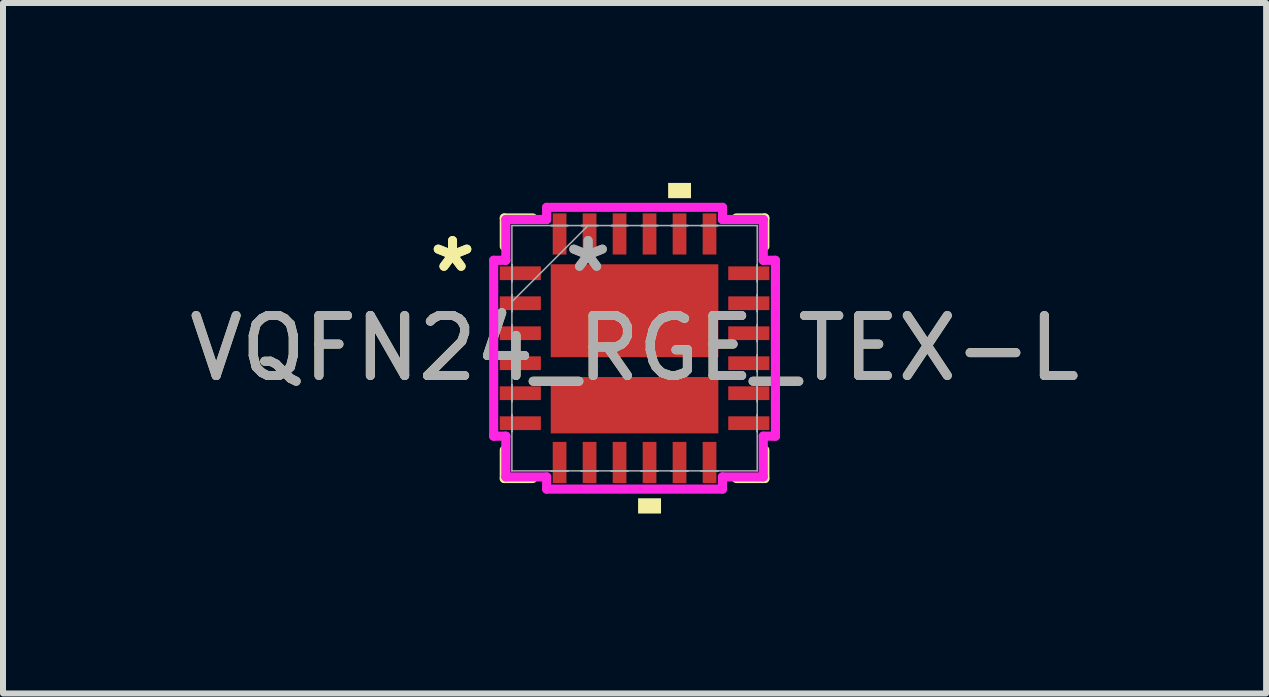
<source format=kicad_pcb>
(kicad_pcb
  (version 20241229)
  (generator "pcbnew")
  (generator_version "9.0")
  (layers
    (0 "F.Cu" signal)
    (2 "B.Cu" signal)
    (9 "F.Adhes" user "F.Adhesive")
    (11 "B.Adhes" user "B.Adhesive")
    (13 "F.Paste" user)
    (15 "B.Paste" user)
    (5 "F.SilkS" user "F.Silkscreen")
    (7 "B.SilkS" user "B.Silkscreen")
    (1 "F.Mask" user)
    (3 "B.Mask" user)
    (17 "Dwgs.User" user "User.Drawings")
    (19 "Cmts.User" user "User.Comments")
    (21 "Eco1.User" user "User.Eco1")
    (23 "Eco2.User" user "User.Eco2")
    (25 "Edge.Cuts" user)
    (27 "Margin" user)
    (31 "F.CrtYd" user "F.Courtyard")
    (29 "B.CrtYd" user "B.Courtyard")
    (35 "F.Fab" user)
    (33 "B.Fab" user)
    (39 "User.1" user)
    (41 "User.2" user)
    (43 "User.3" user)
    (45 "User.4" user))
  (footprint "VQFN24_RGE_TEX-L"
    (layer "F.Cu")
    (at 7.53 2.756)
    (property "Reference" "VQFN24_RGE_TEX-L" (at 0 0 0) (unlocked yes) (layer "F.SilkS") (effects (font (size 1 1) (thickness 0.15))))
    (attr smd)
    (fp_line (start -2.172 -2.172) (end -2.172 -1.697) (stroke (width 0.152) (type solid)) (layer "F.SilkS"))
    (fp_line (start -2.172 1.697) (end -2.172 2.172) (stroke (width 0.152) (type solid)) (layer "F.SilkS"))
    (fp_line (start -2.172 2.172) (end -1.697 2.172) (stroke (width 0.152) (type solid)) (layer "F.SilkS"))
    (fp_line (start -1.697 -2.172) (end -2.172 -2.172) (stroke (width 0.152) (type solid)) (layer "F.SilkS"))
    (fp_line (start 1.697 2.172) (end 2.172 2.172) (stroke (width 0.152) (type solid)) (layer "F.SilkS"))
    (fp_line (start 2.172 -2.172) (end 1.697 -2.172) (stroke (width 0.152) (type solid)) (layer "F.SilkS"))
    (fp_line (start 2.172 -1.697) (end 2.172 -2.172) (stroke (width 0.152) (type solid)) (layer "F.SilkS"))
    (fp_line (start 2.172 2.172) (end 2.172 1.697) (stroke (width 0.152) (type solid)) (layer "F.SilkS"))
    (fp_poly (pts (xy 0.059 2.502) (xy 0.059 2.756) (xy 0.441 2.756) (xy 0.441 2.502)) (stroke (width 0) (type solid)) (fill yes) (layer "F.SilkS"))
    (fp_poly (pts (xy 0.56 -2.502) (xy 0.56 -2.756) (xy 0.941 -2.756) (xy 0.941 -2.502)) (stroke (width 0) (type solid)) (fill yes) (layer "F.SilkS"))
    (fp_line (start -2.349 -1.466) (end -2.146 -1.466) (stroke (width 0.152) (type solid)) (layer "F.CrtYd"))
    (fp_line (start -2.349 1.466) (end -2.349 -1.466) (stroke (width 0.152) (type solid)) (layer "F.CrtYd"))
    (fp_line (start -2.146 -2.146) (end -1.466 -2.146) (stroke (width 0.152) (type solid)) (layer "F.CrtYd"))
    (fp_line (start -2.146 -1.466) (end -2.146 -2.146) (stroke (width 0.152) (type solid)) (layer "F.CrtYd"))
    (fp_line (start -2.146 1.466) (end -2.349 1.466) (stroke (width 0.152) (type solid)) (layer "F.CrtYd"))
    (fp_line (start -2.146 2.146) (end -2.146 1.466) (stroke (width 0.152) (type solid)) (layer "F.CrtYd"))
    (fp_line (start -1.466 -2.349) (end 1.466 -2.349) (stroke (width 0.152) (type solid)) (layer "F.CrtYd"))
    (fp_line (start -1.466 -2.146) (end -1.466 -2.349) (stroke (width 0.152) (type solid)) (layer "F.CrtYd"))
    (fp_line (start -1.466 2.146) (end -2.146 2.146) (stroke (width 0.152) (type solid)) (layer "F.CrtYd"))
    (fp_line (start -1.466 2.349) (end -1.466 2.146) (stroke (width 0.152) (type solid)) (layer "F.CrtYd"))
    (fp_line (start 1.466 -2.349) (end 1.466 -2.146) (stroke (width 0.152) (type solid)) (layer "F.CrtYd"))
    (fp_line (start 1.466 -2.146) (end 2.146 -2.146) (stroke (width 0.152) (type solid)) (layer "F.CrtYd"))
    (fp_line (start 1.466 2.146) (end 1.466 2.349) (stroke (width 0.152) (type solid)) (layer "F.CrtYd"))
    (fp_line (start 1.466 2.349) (end -1.466 2.349) (stroke (width 0.152) (type solid)) (layer "F.CrtYd"))
    (fp_line (start 2.146 -2.146) (end 2.146 -1.466) (stroke (width 0.152) (type solid)) (layer "F.CrtYd"))
    (fp_line (start 2.146 -1.466) (end 2.349 -1.466) (stroke (width 0.152) (type solid)) (layer "F.CrtYd"))
    (fp_line (start 2.146 1.466) (end 2.146 2.146) (stroke (width 0.152) (type solid)) (layer "F.CrtYd"))
    (fp_line (start 2.146 2.146) (end 1.466 2.146) (stroke (width 0.152) (type solid)) (layer "F.CrtYd"))
    (fp_line (start 2.349 -1.466) (end 2.349 1.466) (stroke (width 0.152) (type solid)) (layer "F.CrtYd"))
    (fp_line (start 2.349 1.466) (end 2.146 1.466) (stroke (width 0.152) (type solid)) (layer "F.CrtYd"))
    (fp_line (start -2.045 -2.045) (end -2.045 2.045) (stroke (width 0.025) (type solid)) (layer "F.Fab"))
    (fp_line (start -2.045 -1.39) (end -2.045 -1.39) (stroke (width 0.025) (type solid)) (layer "F.Fab"))
    (fp_line (start -2.045 -1.39) (end -2.045 -1.11) (stroke (width 0.025) (type solid)) (layer "F.Fab"))
    (fp_line (start -2.045 -1.11) (end -2.045 -1.39) (stroke (width 0.025) (type solid)) (layer "F.Fab"))
    (fp_line (start -2.045 -1.11) (end -2.045 -1.11) (stroke (width 0.025) (type solid)) (layer "F.Fab"))
    (fp_line (start -2.045 -0.89) (end -2.045 -0.89) (stroke (width 0.025) (type solid)) (layer "F.Fab"))
    (fp_line (start -2.045 -0.89) (end -2.045 -0.61) (stroke (width 0.025) (type solid)) (layer "F.Fab"))
    (fp_line (start -2.045 -0.775) (end -0.775 -2.045) (stroke (width 0.025) (type solid)) (layer "F.Fab"))
    (fp_line (start -2.045 -0.61) (end -2.045 -0.89) (stroke (width 0.025) (type solid)) (layer "F.Fab"))
    (fp_line (start -2.045 -0.61) (end -2.045 -0.61) (stroke (width 0.025) (type solid)) (layer "F.Fab"))
    (fp_line (start -2.045 -0.39) (end -2.045 -0.39) (stroke (width 0.025) (type solid)) (layer "F.Fab"))
    (fp_line (start -2.045 -0.39) (end -2.045 -0.11) (stroke (width 0.025) (type solid)) (layer "F.Fab"))
    (fp_line (start -2.045 -0.11) (end -2.045 -0.39) (stroke (width 0.025) (type solid)) (layer "F.Fab"))
    (fp_line (start -2.045 -0.11) (end -2.045 -0.11) (stroke (width 0.025) (type solid)) (layer "F.Fab"))
    (fp_line (start -2.045 0.11) (end -2.045 0.11) (stroke (width 0.025) (type solid)) (layer "F.Fab"))
    (fp_line (start -2.045 0.11) (end -2.045 0.39) (stroke (width 0.025) (type solid)) (layer "F.Fab"))
    (fp_line (start -2.045 0.39) (end -2.045 0.11) (stroke (width 0.025) (type solid)) (layer "F.Fab"))
    (fp_line (start -2.045 0.39) (end -2.045 0.39) (stroke (width 0.025) (type solid)) (layer "F.Fab"))
    (fp_line (start -2.045 0.61) (end -2.045 0.61) (stroke (width 0.025) (type solid)) (layer "F.Fab"))
    (fp_line (start -2.045 0.61) (end -2.045 0.89) (stroke (width 0.025) (type solid)) (layer "F.Fab"))
    (fp_line (start -2.045 0.89) (end -2.045 0.61) (stroke (width 0.025) (type solid)) (layer "F.Fab"))
    (fp_line (start -2.045 0.89) (end -2.045 0.89) (stroke (width 0.025) (type solid)) (layer "F.Fab"))
    (fp_line (start -2.045 1.11) (end -2.045 1.11) (stroke (width 0.025) (type solid)) (layer "F.Fab"))
    (fp_line (start -2.045 1.11) (end -2.045 1.39) (stroke (width 0.025) (type solid)) (layer "F.Fab"))
    (fp_line (start -2.045 1.39) (end -2.045 1.11) (stroke (width 0.025) (type solid)) (layer "F.Fab"))
    (fp_line (start -2.045 1.39) (end -2.045 1.39) (stroke (width 0.025) (type solid)) (layer "F.Fab"))
    (fp_line (start -2.045 2.045) (end 2.045 2.045) (stroke (width 0.025) (type solid)) (layer "F.Fab"))
    (fp_line (start -1.39 -2.045) (end -1.39 -2.045) (stroke (width 0.025) (type solid)) (layer "F.Fab"))
    (fp_line (start -1.39 -2.045) (end -1.11 -2.045) (stroke (width 0.025) (type solid)) (layer "F.Fab"))
    (fp_line (start -1.39 2.045) (end -1.39 2.045) (stroke (width 0.025) (type solid)) (layer "F.Fab"))
    (fp_line (start -1.39 2.045) (end -1.11 2.045) (stroke (width 0.025) (type solid)) (layer "F.Fab"))
    (fp_line (start -1.11 -2.045) (end -1.39 -2.045) (stroke (width 0.025) (type solid)) (layer "F.Fab"))
    (fp_line (start -1.11 -2.045) (end -1.11 -2.045) (stroke (width 0.025) (type solid)) (layer "F.Fab"))
    (fp_line (start -1.11 2.045) (end -1.39 2.045) (stroke (width 0.025) (type solid)) (layer "F.Fab"))
    (fp_line (start -1.11 2.045) (end -1.11 2.045) (stroke (width 0.025) (type solid)) (layer "F.Fab"))
    (fp_line (start -0.89 -2.045) (end -0.89 -2.045) (stroke (width 0.025) (type solid)) (layer "F.Fab"))
    (fp_line (start -0.89 -2.045) (end -0.61 -2.045) (stroke (width 0.025) (type solid)) (layer "F.Fab"))
    (fp_line (start -0.89 2.045) (end -0.89 2.045) (stroke (width 0.025) (type solid)) (layer "F.Fab"))
    (fp_line (start -0.89 2.045) (end -0.61 2.045) (stroke (width 0.025) (type solid)) (layer "F.Fab"))
    (fp_line (start -0.61 -2.045) (end -0.89 -2.045) (stroke (width 0.025) (type solid)) (layer "F.Fab"))
    (fp_line (start -0.61 -2.045) (end -0.61 -2.045) (stroke (width 0.025) (type solid)) (layer "F.Fab"))
    (fp_line (start -0.61 2.045) (end -0.89 2.045) (stroke (width 0.025) (type solid)) (layer "F.Fab"))
    (fp_line (start -0.61 2.045) (end -0.61 2.045) (stroke (width 0.025) (type solid)) (layer "F.Fab"))
    (fp_line (start -0.39 -2.045) (end -0.39 -2.045) (stroke (width 0.025) (type solid)) (layer "F.Fab"))
    (fp_line (start -0.39 -2.045) (end -0.11 -2.045) (stroke (width 0.025) (type solid)) (layer "F.Fab"))
    (fp_line (start -0.39 2.045) (end -0.39 2.045) (stroke (width 0.025) (type solid)) (layer "F.Fab"))
    (fp_line (start -0.39 2.045) (end -0.11 2.045) (stroke (width 0.025) (type solid)) (layer "F.Fab"))
    (fp_line (start -0.11 -2.045) (end -0.39 -2.045) (stroke (width 0.025) (type solid)) (layer "F.Fab"))
    (fp_line (start -0.11 -2.045) (end -0.11 -2.045) (stroke (width 0.025) (type solid)) (layer "F.Fab"))
    (fp_line (start -0.11 2.045) (end -0.39 2.045) (stroke (width 0.025) (type solid)) (layer "F.Fab"))
    (fp_line (start -0.11 2.045) (end -0.11 2.045) (stroke (width 0.025) (type solid)) (layer "F.Fab"))
    (fp_line (start 0.11 -2.045) (end 0.11 -2.045) (stroke (width 0.025) (type solid)) (layer "F.Fab"))
    (fp_line (start 0.11 -2.045) (end 0.39 -2.045) (stroke (width 0.025) (type solid)) (layer "F.Fab"))
    (fp_line (start 0.11 2.045) (end 0.11 2.045) (stroke (width 0.025) (type solid)) (layer "F.Fab"))
    (fp_line (start 0.11 2.045) (end 0.39 2.045) (stroke (width 0.025) (type solid)) (layer "F.Fab"))
    (fp_line (start 0.39 -2.045) (end 0.11 -2.045) (stroke (width 0.025) (type solid)) (layer "F.Fab"))
    (fp_line (start 0.39 -2.045) (end 0.39 -2.045) (stroke (width 0.025) (type solid)) (layer "F.Fab"))
    (fp_line (start 0.39 2.045) (end 0.11 2.045) (stroke (width 0.025) (type solid)) (layer "F.Fab"))
    (fp_line (start 0.39 2.045) (end 0.39 2.045) (stroke (width 0.025) (type solid)) (layer "F.Fab"))
    (fp_line (start 0.61 -2.045) (end 0.61 -2.045) (stroke (width 0.025) (type solid)) (layer "F.Fab"))
    (fp_line (start 0.61 -2.045) (end 0.89 -2.045) (stroke (width 0.025) (type solid)) (layer "F.Fab"))
    (fp_line (start 0.61 2.045) (end 0.61 2.045) (stroke (width 0.025) (type solid)) (layer "F.Fab"))
    (fp_line (start 0.61 2.045) (end 0.89 2.045) (stroke (width 0.025) (type solid)) (layer "F.Fab"))
    (fp_line (start 0.89 -2.045) (end 0.61 -2.045) (stroke (width 0.025) (type solid)) (layer "F.Fab"))
    (fp_line (start 0.89 -2.045) (end 0.89 -2.045) (stroke (width 0.025) (type solid)) (layer "F.Fab"))
    (fp_line (start 0.89 2.045) (end 0.61 2.045) (stroke (width 0.025) (type solid)) (layer "F.Fab"))
    (fp_line (start 0.89 2.045) (end 0.89 2.045) (stroke (width 0.025) (type solid)) (layer "F.Fab"))
    (fp_line (start 1.11 -2.045) (end 1.11 -2.045) (stroke (width 0.025) (type solid)) (layer "F.Fab"))
    (fp_line (start 1.11 -2.045) (end 1.39 -2.045) (stroke (width 0.025) (type solid)) (layer "F.Fab"))
    (fp_line (start 1.11 2.045) (end 1.11 2.045) (stroke (width 0.025) (type solid)) (layer "F.Fab"))
    (fp_line (start 1.11 2.045) (end 1.39 2.045) (stroke (width 0.025) (type solid)) (layer "F.Fab"))
    (fp_line (start 1.39 -2.045) (end 1.11 -2.045) (stroke (width 0.025) (type solid)) (layer "F.Fab"))
    (fp_line (start 1.39 -2.045) (end 1.39 -2.045) (stroke (width 0.025) (type solid)) (layer "F.Fab"))
    (fp_line (start 1.39 2.045) (end 1.11 2.045) (stroke (width 0.025) (type solid)) (layer "F.Fab"))
    (fp_line (start 1.39 2.045) (end 1.39 2.045) (stroke (width 0.025) (type solid)) (layer "F.Fab"))
    (fp_line (start 2.045 -2.045) (end -2.045 -2.045) (stroke (width 0.025) (type solid)) (layer "F.Fab"))
    (fp_line (start 2.045 -1.39) (end 2.045 -1.39) (stroke (width 0.025) (type solid)) (layer "F.Fab"))
    (fp_line (start 2.045 -1.39) (end 2.045 -1.11) (stroke (width 0.025) (type solid)) (layer "F.Fab"))
    (fp_line (start 2.045 -1.11) (end 2.045 -1.39) (stroke (width 0.025) (type solid)) (layer "F.Fab"))
    (fp_line (start 2.045 -1.11) (end 2.045 -1.11) (stroke (width 0.025) (type solid)) (layer "F.Fab"))
    (fp_line (start 2.045 -0.89) (end 2.045 -0.89) (stroke (width 0.025) (type solid)) (layer "F.Fab"))
    (fp_line (start 2.045 -0.89) (end 2.045 -0.61) (stroke (width 0.025) (type solid)) (layer "F.Fab"))
    (fp_line (start 2.045 -0.61) (end 2.045 -0.89) (stroke (width 0.025) (type solid)) (layer "F.Fab"))
    (fp_line (start 2.045 -0.61) (end 2.045 -0.61) (stroke (width 0.025) (type solid)) (layer "F.Fab"))
    (fp_line (start 2.045 -0.39) (end 2.045 -0.39) (stroke (width 0.025) (type solid)) (layer "F.Fab"))
    (fp_line (start 2.045 -0.39) (end 2.045 -0.11) (stroke (width 0.025) (type solid)) (layer "F.Fab"))
    (fp_line (start 2.045 -0.11) (end 2.045 -0.39) (stroke (width 0.025) (type solid)) (layer "F.Fab"))
    (fp_line (start 2.045 -0.11) (end 2.045 -0.11) (stroke (width 0.025) (type solid)) (layer "F.Fab"))
    (fp_line (start 2.045 0.11) (end 2.045 0.11) (stroke (width 0.025) (type solid)) (layer "F.Fab"))
    (fp_line (start 2.045 0.11) (end 2.045 0.39) (stroke (width 0.025) (type solid)) (layer "F.Fab"))
    (fp_line (start 2.045 0.39) (end 2.045 0.11) (stroke (width 0.025) (type solid)) (layer "F.Fab"))
    (fp_line (start 2.045 0.39) (end 2.045 0.39) (stroke (width 0.025) (type solid)) (layer "F.Fab"))
    (fp_line (start 2.045 0.61) (end 2.045 0.61) (stroke (width 0.025) (type solid)) (layer "F.Fab"))
    (fp_line (start 2.045 0.61) (end 2.045 0.89) (stroke (width 0.025) (type solid)) (layer "F.Fab"))
    (fp_line (start 2.045 0.89) (end 2.045 0.61) (stroke (width 0.025) (type solid)) (layer "F.Fab"))
    (fp_line (start 2.045 0.89) (end 2.045 0.89) (stroke (width 0.025) (type solid)) (layer "F.Fab"))
    (fp_line (start 2.045 1.11) (end 2.045 1.11) (stroke (width 0.025) (type solid)) (layer "F.Fab"))
    (fp_line (start 2.045 1.11) (end 2.045 1.39) (stroke (width 0.025) (type solid)) (layer "F.Fab"))
    (fp_line (start 2.045 1.39) (end 2.045 1.11) (stroke (width 0.025) (type solid)) (layer "F.Fab"))
    (fp_line (start 2.045 1.39) (end 2.045 1.39) (stroke (width 0.025) (type solid)) (layer "F.Fab"))
    (fp_line (start 2.045 2.045) (end 2.045 -2.045) (stroke (width 0.025) (type solid)) (layer "F.Fab"))
    (fp_text user "*" (at -3.035 -1.25 0) (layer "F.SilkS") (effects (font (size 1 1) (thickness 0.15))))
    (fp_text user "*" (at -3.035 -1.25 0) (unlocked yes) (layer "F.SilkS") (effects (font (size 1 1) (thickness 0.15))))
    (fp_text user "*" (at -0.775 -1.25 0) (unlocked yes) (layer "F.Fab") (effects (font (size 1 1) (thickness 0.15))))
    (fp_text user "*" (at -0.775 -1.25 0) (layer "F.Fab") (effects (font (size 1 1) (thickness 0.15))))
    (fp_text user "${REFERENCE}" (at 0 0 0) (unlocked yes) (layer "F.Fab") (effects (font (size 1 1) (thickness 0.15))))
    (pad "1" smd rect (at -1.905 -1.25 90) (size 0.229 0.686) (layers "F.Cu" "F.Mask" "F.Paste"))
    (pad "2" smd rect (at -1.905 -0.75 90) (size 0.229 0.686) (layers "F.Cu" "F.Mask" "F.Paste"))
    (pad "3" smd rect (at -1.905 -0.25 90) (size 0.229 0.686) (layers "F.Cu" "F.Mask" "F.Paste"))
    (pad "4" smd rect (at -1.905 0.25 90) (size 0.229 0.686) (layers "F.Cu" "F.Mask" "F.Paste"))
    (pad "5" smd rect (at -1.905 0.75 90) (size 0.229 0.686) (layers "F.Cu" "F.Mask" "F.Paste"))
    (pad "6" smd rect (at -1.905 1.25 90) (size 0.229 0.686) (layers "F.Cu" "F.Mask" "F.Paste"))
    (pad "7" smd rect (at -1.25 1.905) (size 0.229 0.686) (layers "F.Cu" "F.Mask" "F.Paste"))
    (pad "8" smd rect (at -0.75 1.905) (size 0.229 0.686) (layers "F.Cu" "F.Mask" "F.Paste"))
    (pad "9" smd rect (at -0.25 1.905) (size 0.229 0.686) (layers "F.Cu" "F.Mask" "F.Paste"))
    (pad "10" smd rect (at 0.25 1.905) (size 0.229 0.686) (layers "F.Cu" "F.Mask" "F.Paste"))
    (pad "11" smd rect (at 0.75 1.905) (size 0.229 0.686) (layers "F.Cu" "F.Mask" "F.Paste"))
    (pad "12" smd rect (at 1.25 1.905) (size 0.229 0.686) (layers "F.Cu" "F.Mask" "F.Paste"))
    (pad "13" smd rect (at 1.905 1.25 90) (size 0.229 0.686) (layers "F.Cu" "F.Mask" "F.Paste"))
    (pad "14" smd rect (at 1.905 0.75 90) (size 0.229 0.686) (layers "F.Cu" "F.Mask" "F.Paste"))
    (pad "15" smd rect (at 1.905 0.25 90) (size 0.229 0.686) (layers "F.Cu" "F.Mask" "F.Paste"))
    (pad "16" smd rect (at 1.905 -0.25 90) (size 0.229 0.686) (layers "F.Cu" "F.Mask" "F.Paste"))
    (pad "17" smd rect (at 1.905 -0.75 90) (size 0.229 0.686) (layers "F.Cu" "F.Mask" "F.Paste"))
    (pad "18" smd rect (at 1.905 -1.25 90) (size 0.229 0.686) (layers "F.Cu" "F.Mask" "F.Paste"))
    (pad "19" smd rect (at 1.25 -1.905) (size 0.229 0.686) (layers "F.Cu" "F.Mask" "F.Paste"))
    (pad "20" smd rect (at 0.75 -1.905) (size 0.229 0.686) (layers "F.Cu" "F.Mask" "F.Paste"))
    (pad "21" smd rect (at 0.25 -1.905) (size 0.229 0.686) (layers "F.Cu" "F.Mask" "F.Paste"))
    (pad "22" smd rect (at -0.25 -1.905) (size 0.229 0.686) (layers "F.Cu" "F.Mask" "F.Paste"))
    (pad "23" smd rect (at -0.75 -1.905) (size 0.229 0.686) (layers "F.Cu" "F.Mask" "F.Paste"))
    (pad "24" smd rect (at -1.25 -1.905) (size 0.229 0.686) (layers "F.Cu" "F.Mask" "F.Paste"))
    (pad "25" smd rect (at 0 -0.625) (size 2.794 1.549) (layers "F.Cu" "F.Mask" "F.Paste"))
    (pad "26" smd rect (at 0 0.95) (size 2.794 0.94) (layers "F.Cu" "F.Mask" "F.Paste")))
  (gr_rect
    (start -3 -3)
    (end 18.06 8.512)
    (stroke (width 0.1) (type default))
    (fill no)
    (layer "Edge.Cuts")))
</source>
